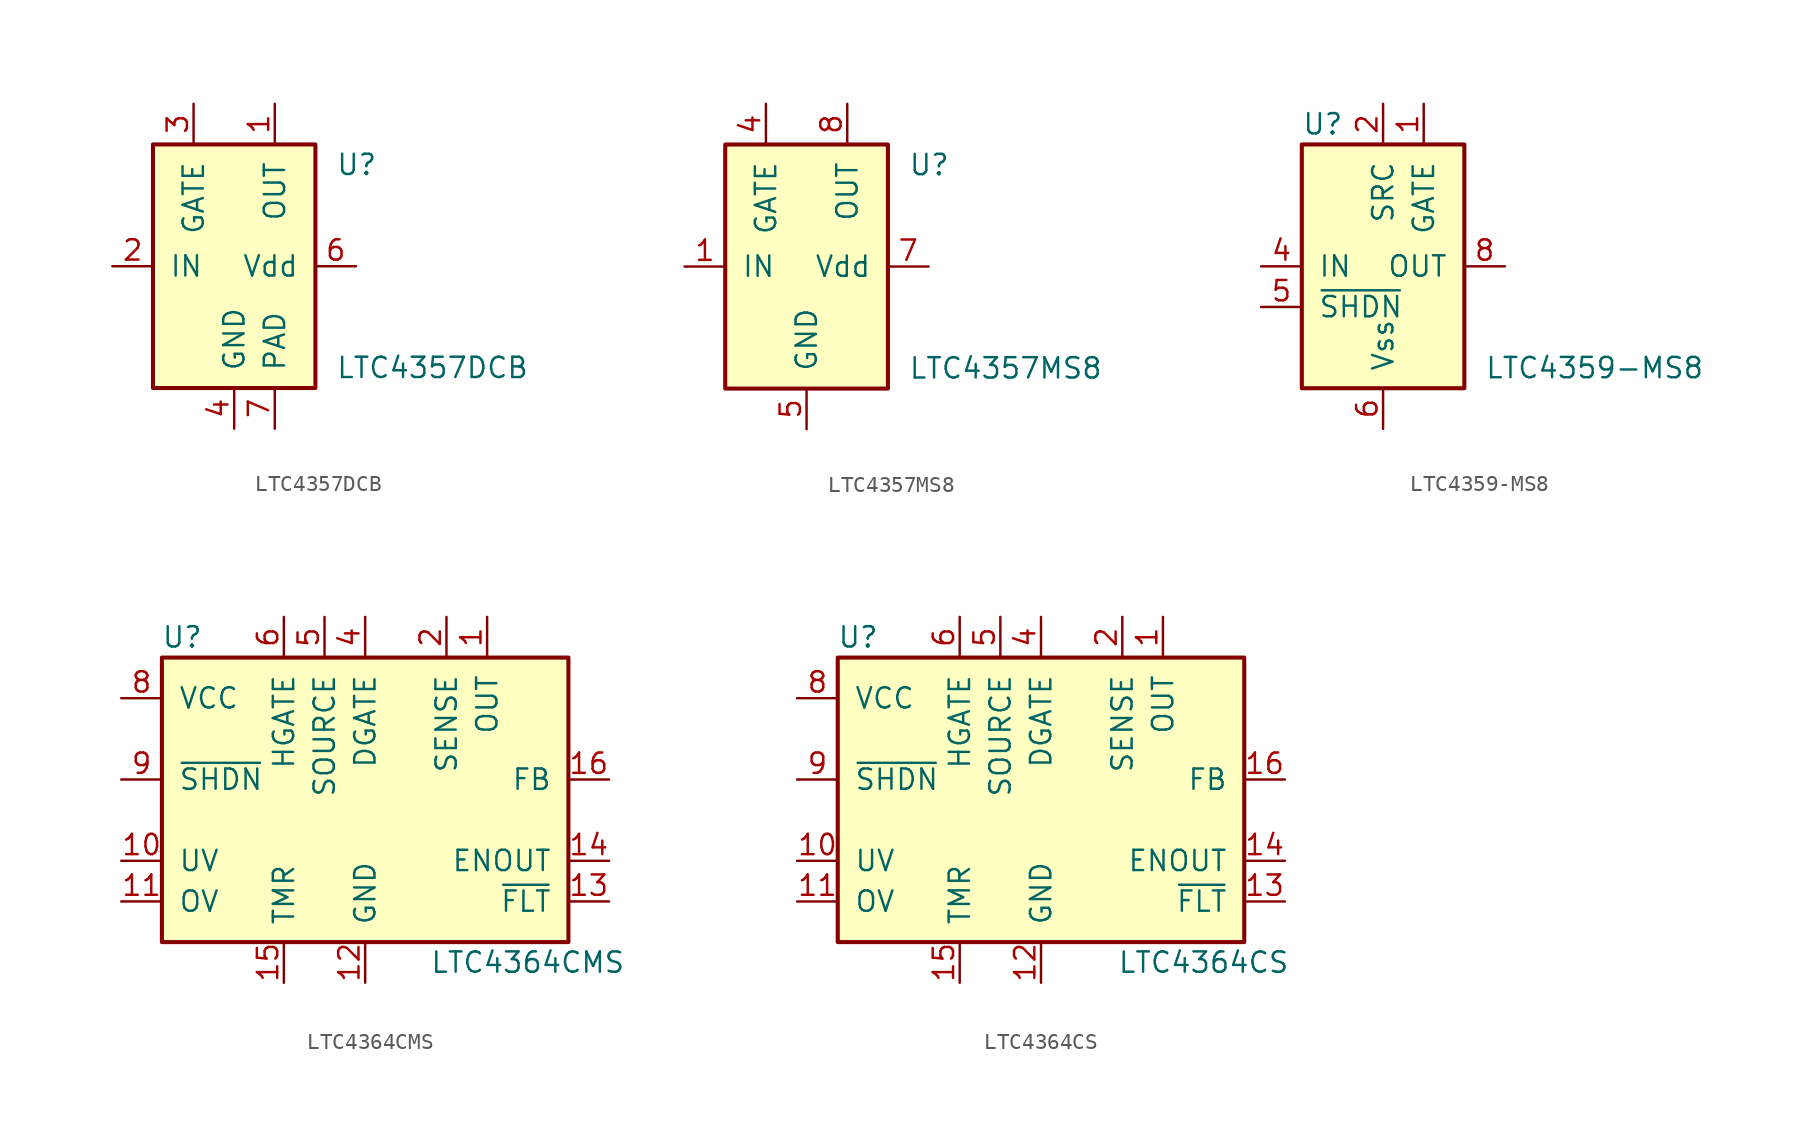
<source format=kicad_sym>
(kicad_symbol_lib
  (version 20200908)
  (generator kicad_symbol_editor)
  (symbol "Power_Management:LTC4357DCB"
    (pin_names
      (offset 1.016))
    (property "Reference" "U"
      (at 6.35 6.35 0)
      (effects (font (size 1.27 1.27)) (justify left)))
    (property "Value" "LTC4357DCB"
      (at 6.35 -6.35 0)
      (effects (font (size 1.27 1.27)) (justify left)))
    (symbol "LTC4357DCB_0_1"
      (rectangle (start -5.08 7.62) (end 5.08 -7.62) (stroke (width 0.254)) (fill (type background))))
    (symbol "LTC4357DCB_1_1"
      (pin input line (at 2.54 10.16 270) (length 2.54) (name "OUT" (effects (font (size 1.27 1.27)))) (number "1" (effects (font (size 1.27 1.27)))))
      (pin input line (at -7.62 0 0) (length 2.54) (name "IN" (effects (font (size 1.27 1.27)))) (number "2" (effects (font (size 1.27 1.27)))))
      (pin output line (at -2.54 10.16 270) (length 2.54) (name "GATE" (effects (font (size 1.27 1.27)))) (number "3" (effects (font (size 1.27 1.27)))))
      (pin power_in line (at 0 -10.16 90) (length 2.54) (name "GND" (effects (font (size 1.27 1.27)))) (number "4" (effects (font (size 1.27 1.27)))))
      (pin unconnected line (at -7.62 -2.54 0) (length 2.54) hide (name "NC" (effects (font (size 1.27 1.27)))) (number "5" (effects (font (size 1.27 1.27)))))
      (pin power_in line (at 7.62 0 180) (length 2.54) (name "Vdd" (effects (font (size 1.27 1.27)))) (number "6" (effects (font (size 1.27 1.27)))))
      (pin power_in line (at 2.54 -10.16 90) (length 2.54) (name "PAD" (effects (font (size 1.27 1.27)))) (number "7" (effects (font (size 1.27 1.27)))))))
  (symbol "Power_Management:LTC4357MS8"
    (pin_names
      (offset 1.016))
    (property "Reference" "U"
      (at 6.35 6.35 0)
      (effects (font (size 1.27 1.27)) (justify left)))
    (property "Value" "LTC4357MS8"
      (at 6.35 -6.35 0)
      (effects (font (size 1.27 1.27)) (justify left)))
    (symbol "LTC4357MS8_0_1"
      (rectangle (start -5.08 7.62) (end 5.08 -7.62) (stroke (width 0.254)) (fill (type background))))
    (symbol "LTC4357MS8_1_1"
      (pin input line (at -7.62 0 0) (length 2.54) (name "IN" (effects (font (size 1.27 1.27)))) (number "1" (effects (font (size 1.27 1.27)))))
      (pin unconnected line (at -7.62 -2.54 0) (length 2.54) hide (name "NC" (effects (font (size 1.27 1.27)))) (number "2" (effects (font (size 1.27 1.27)))))
      (pin unconnected line (at -7.62 -5.08 0) (length 2.54) hide (name "NC" (effects (font (size 1.27 1.27)))) (number "3" (effects (font (size 1.27 1.27)))))
      (pin output line (at -2.54 10.16 270) (length 2.54) (name "GATE" (effects (font (size 1.27 1.27)))) (number "4" (effects (font (size 1.27 1.27)))))
      (pin power_in line (at 0 -10.16 90) (length 2.54) (name "GND" (effects (font (size 1.27 1.27)))) (number "5" (effects (font (size 1.27 1.27)))))
      (pin unconnected line (at 2.54 -10.16 90) (length 2.54) hide (name "NC" (effects (font (size 1.27 1.27)))) (number "6" (effects (font (size 1.27 1.27)))))
      (pin power_in line (at 7.62 0 180) (length 2.54) (name "Vdd" (effects (font (size 1.27 1.27)))) (number "7" (effects (font (size 1.27 1.27)))))
      (pin input line (at 2.54 10.16 270) (length 2.54) (name "OUT" (effects (font (size 1.27 1.27)))) (number "8" (effects (font (size 1.27 1.27)))))))
  (symbol "Power_Management:LTC4359-MS8"
    (pin_names
      (offset 1.016))
    (property "Reference" "U"
      (at -5.08 8.89 0)
      (effects (font (size 1.27 1.27)) (justify left)))
    (property "Value" "LTC4359-MS8"
      (at 6.35 -6.35 0)
      (effects (font (size 1.27 1.27)) (justify left)))
    (symbol "LTC4359-MS8_0_1"
      (rectangle (start -5.08 7.62) (end 5.08 -7.62) (stroke (width 0.254)) (fill (type background))))
    (symbol "LTC4359-MS8_1_1"
      (pin output line (at 2.54 10.16 270) (length 2.54) (name "GATE" (effects (font (size 1.27 1.27)))) (number "1" (effects (font (size 1.27 1.27)))))
      (pin input line (at 0 10.16 270) (length 2.54) (name "SRC" (effects (font (size 1.27 1.27)))) (number "2" (effects (font (size 1.27 1.27)))))
      (pin unconnected line (at -2.54 -10.16 90) (length 2.54) hide (name "NC" (effects (font (size 1.27 1.27)))) (number "3" (effects (font (size 1.27 1.27)))))
      (pin power_in line (at -7.62 0 0) (length 2.54) (name "IN" (effects (font (size 1.27 1.27)))) (number "4" (effects (font (size 1.27 1.27)))))
      (pin input line (at -7.62 -2.54 0) (length 2.54) (name "~SHDN" (effects (font (size 1.27 1.27)))) (number "5" (effects (font (size 1.27 1.27)))))
      (pin power_in line (at 0 -10.16 90) (length 2.54) (name "Vss" (effects (font (size 1.27 1.27)))) (number "6" (effects (font (size 1.27 1.27)))))
      (pin unconnected line (at 2.54 -10.16 90) (length 2.54) hide (name "NC" (effects (font (size 1.27 1.27)))) (number "7" (effects (font (size 1.27 1.27)))))
      (pin input line (at 7.62 0 180) (length 2.54) (name "OUT" (effects (font (size 1.27 1.27)))) (number "8" (effects (font (size 1.27 1.27)))))))
  (symbol "Power_Management:LTC4364CMS"
    (pin_names
      (offset 1.016))
    (property "Reference" "U"
      (at -11.43 8.89 0)
      (effects (font (size 1.27 1.27))))
    (property "Value" "LTC4364CMS"
      (at 10.16 -11.43 0)
      (effects (font (size 1.27 1.27))))
    (symbol "LTC4364CMS_0_1"
      (rectangle (start -12.7 7.62) (end 12.7 -10.16) (stroke (width 0.254)) (fill (type background))))
    (symbol "LTC4364CMS_1_1"
      (pin input line (at 7.62 10.16 270) (length 2.54) (name "OUT" (effects (font (size 1.27 1.27)))) (number "1" (effects (font (size 1.27 1.27)))))
      (pin input line (at -15.24 -5.08 0) (length 2.54) (name "UV" (effects (font (size 1.27 1.27)))) (number "10" (effects (font (size 1.27 1.27)))))
      (pin input line (at -15.24 -7.62 0) (length 2.54) (name "OV" (effects (font (size 1.27 1.27)))) (number "11" (effects (font (size 1.27 1.27)))))
      (pin power_in line (at 0 -12.7 90) (length 2.54) (name "GND" (effects (font (size 1.27 1.27)))) (number "12" (effects (font (size 1.27 1.27)))))
      (pin open_collector line (at 15.24 -7.62 180) (length 2.54) (name "~FLT" (effects (font (size 1.27 1.27)))) (number "13" (effects (font (size 1.27 1.27)))))
      (pin open_collector line (at 15.24 -5.08 180) (length 2.54) (name "ENOUT" (effects (font (size 1.27 1.27)))) (number "14" (effects (font (size 1.27 1.27)))))
      (pin input line (at -5.08 -12.7 90) (length 2.54) (name "TMR" (effects (font (size 1.27 1.27)))) (number "15" (effects (font (size 1.27 1.27)))))
      (pin input line (at 15.24 0 180) (length 2.54) (name "FB" (effects (font (size 1.27 1.27)))) (number "16" (effects (font (size 1.27 1.27)))))
      (pin input line (at 5.08 10.16 270) (length 2.54) (name "SENSE" (effects (font (size 1.27 1.27)))) (number "2" (effects (font (size 1.27 1.27)))))
      (pin unconnected line (at 15.24 2.54 180) (length 2.54) hide (name "NC" (effects (font (size 1.27 1.27)))) (number "3" (effects (font (size 1.27 1.27)))))
      (pin output line (at 0 10.16 270) (length 2.54) (name "DGATE" (effects (font (size 1.27 1.27)))) (number "4" (effects (font (size 1.27 1.27)))))
      (pin input line (at -2.54 10.16 270) (length 2.54) (name "SOURCE" (effects (font (size 1.27 1.27)))) (number "5" (effects (font (size 1.27 1.27)))))
      (pin output line (at -5.08 10.16 270) (length 2.54) (name "HGATE" (effects (font (size 1.27 1.27)))) (number "6" (effects (font (size 1.27 1.27)))))
      (pin unconnected line (at 15.24 5.08 180) (length 2.54) hide (name "NC" (effects (font (size 1.27 1.27)))) (number "7" (effects (font (size 1.27 1.27)))))
      (pin power_in line (at -15.24 5.08 0) (length 2.54) (name "VCC" (effects (font (size 1.27 1.27)))) (number "8" (effects (font (size 1.27 1.27)))))
      (pin input line (at -15.24 0 0) (length 2.54) (name "~SHDN" (effects (font (size 1.27 1.27)))) (number "9" (effects (font (size 1.27 1.27)))))))
  (symbol "Power_Management:LTC4364CS"
    (pin_names
      (offset 1.016))
    (property "Reference" "U"
      (at -11.43 8.89 0)
      (effects (font (size 1.27 1.27))))
    (property "Value" "LTC4364CS"
      (at 10.16 -11.43 0)
      (effects (font (size 1.27 1.27))))
    (symbol "LTC4364CS_0_1"
      (rectangle (start -12.7 7.62) (end 12.7 -10.16) (stroke (width 0.254)) (fill (type background))))
    (symbol "LTC4364CS_1_1"
      (pin input line (at 7.62 10.16 270) (length 2.54) (name "OUT" (effects (font (size 1.27 1.27)))) (number "1" (effects (font (size 1.27 1.27)))))
      (pin input line (at -15.24 -5.08 0) (length 2.54) (name "UV" (effects (font (size 1.27 1.27)))) (number "10" (effects (font (size 1.27 1.27)))))
      (pin input line (at -15.24 -7.62 0) (length 2.54) (name "OV" (effects (font (size 1.27 1.27)))) (number "11" (effects (font (size 1.27 1.27)))))
      (pin power_in line (at 0 -12.7 90) (length 2.54) (name "GND" (effects (font (size 1.27 1.27)))) (number "12" (effects (font (size 1.27 1.27)))))
      (pin open_collector line (at 15.24 -7.62 180) (length 2.54) (name "~FLT" (effects (font (size 1.27 1.27)))) (number "13" (effects (font (size 1.27 1.27)))))
      (pin open_collector line (at 15.24 -5.08 180) (length 2.54) (name "ENOUT" (effects (font (size 1.27 1.27)))) (number "14" (effects (font (size 1.27 1.27)))))
      (pin input line (at -5.08 -12.7 90) (length 2.54) (name "TMR" (effects (font (size 1.27 1.27)))) (number "15" (effects (font (size 1.27 1.27)))))
      (pin input line (at 15.24 0 180) (length 2.54) (name "FB" (effects (font (size 1.27 1.27)))) (number "16" (effects (font (size 1.27 1.27)))))
      (pin input line (at 5.08 10.16 270) (length 2.54) (name "SENSE" (effects (font (size 1.27 1.27)))) (number "2" (effects (font (size 1.27 1.27)))))
      (pin unconnected line (at 15.24 2.54 180) (length 2.54) hide (name "NC" (effects (font (size 1.27 1.27)))) (number "3" (effects (font (size 1.27 1.27)))))
      (pin output line (at 0 10.16 270) (length 2.54) (name "DGATE" (effects (font (size 1.27 1.27)))) (number "4" (effects (font (size 1.27 1.27)))))
      (pin input line (at -2.54 10.16 270) (length 2.54) (name "SOURCE" (effects (font (size 1.27 1.27)))) (number "5" (effects (font (size 1.27 1.27)))))
      (pin output line (at -5.08 10.16 270) (length 2.54) (name "HGATE" (effects (font (size 1.27 1.27)))) (number "6" (effects (font (size 1.27 1.27)))))
      (pin unconnected line (at 15.24 5.08 180) (length 2.54) hide (name "NC" (effects (font (size 1.27 1.27)))) (number "7" (effects (font (size 1.27 1.27)))))
      (pin power_in line (at -15.24 5.08 0) (length 2.54) (name "VCC" (effects (font (size 1.27 1.27)))) (number "8" (effects (font (size 1.27 1.27)))))
      (pin input line (at -15.24 0 0) (length 2.54) (name "~SHDN" (effects (font (size 1.27 1.27)))) (number "9" (effects (font (size 1.27 1.27))))))))
</source>
